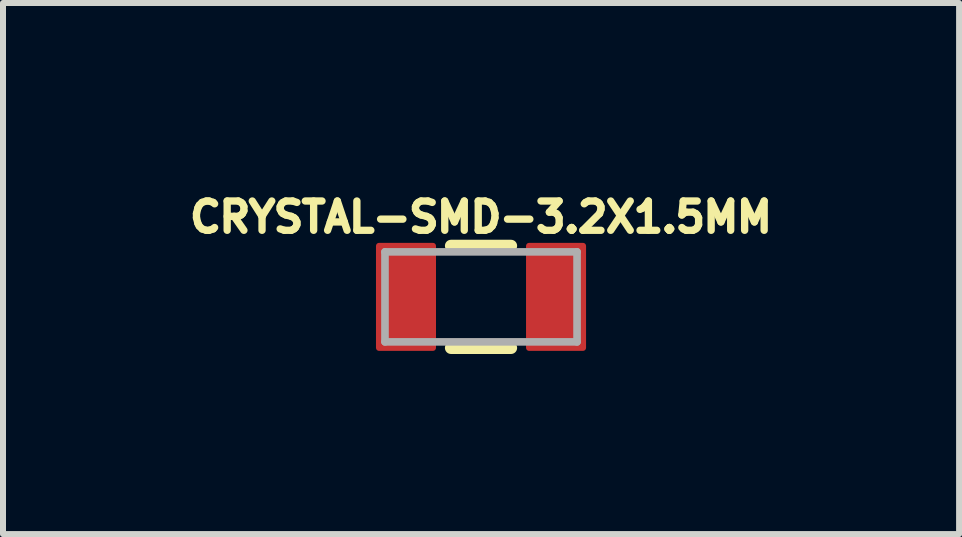
<source format=kicad_pcb>
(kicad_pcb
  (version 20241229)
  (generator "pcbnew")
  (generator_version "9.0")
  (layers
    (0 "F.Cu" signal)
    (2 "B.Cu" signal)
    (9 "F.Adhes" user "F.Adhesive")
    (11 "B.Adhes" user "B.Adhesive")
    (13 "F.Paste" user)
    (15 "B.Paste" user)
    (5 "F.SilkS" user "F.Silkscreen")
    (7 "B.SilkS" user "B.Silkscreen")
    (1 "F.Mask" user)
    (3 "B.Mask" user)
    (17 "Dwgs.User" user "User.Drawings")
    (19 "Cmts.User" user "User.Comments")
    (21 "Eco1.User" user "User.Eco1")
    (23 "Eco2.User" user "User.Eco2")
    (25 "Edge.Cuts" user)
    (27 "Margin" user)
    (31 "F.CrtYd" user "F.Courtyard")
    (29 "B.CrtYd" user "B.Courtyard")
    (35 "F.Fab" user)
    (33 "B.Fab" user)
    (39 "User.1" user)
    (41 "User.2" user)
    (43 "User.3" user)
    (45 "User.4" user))
  (footprint "CRYSTAL-SMD-3.2X1.5MM"
    (layer "F.Cu")
    (at 4.964 1.896)
    (property "Reference" "CRYSTAL-SMD-3.2X1.5MM" (at 0 -1.043 0) (unlocked yes) (layer "F.SilkS") (effects (font (size 0.488 0.488) (thickness 0.122)) (justify bottom)))
    (fp_line (start -0.5 -0.85) (end 0.5 -0.85) (stroke (width 0.203) (type solid)) (layer "F.SilkS"))
    (fp_line (start 0.5 0.85) (end -0.5 0.85) (stroke (width 0.203) (type solid)) (layer "F.SilkS"))
    (fp_line (start -1.6 -0.75) (end 1.6 -0.75) (stroke (width 0.127) (type solid)) (layer "F.Fab"))
    (fp_line (start -1.6 0.75) (end -1.6 -0.75) (stroke (width 0.127) (type solid)) (layer "F.Fab"))
    (fp_line (start 1.6 -0.75) (end 1.6 0.75) (stroke (width 0.127) (type solid)) (layer "F.Fab"))
    (fp_line (start 1.6 0.75) (end -1.6 0.75) (stroke (width 0.127) (type solid)) (layer "F.Fab"))
    (pad "P$1" smd roundrect (at -1.25 0) (size 1 1.8) (layers "F.Cu" "F.Mask" "F.Paste") (roundrect_rratio 0.051))
    (pad "P$2" smd roundrect (at 1.25 0) (size 1 1.8) (layers "F.Cu" "F.Mask" "F.Paste") (roundrect_rratio 0.051)))
  (gr_rect
    (start -3 -3)
    (end 12.929 5.848)
    (stroke (width 0.1) (type default))
    (fill no)
    (layer "Edge.Cuts")))
</source>
